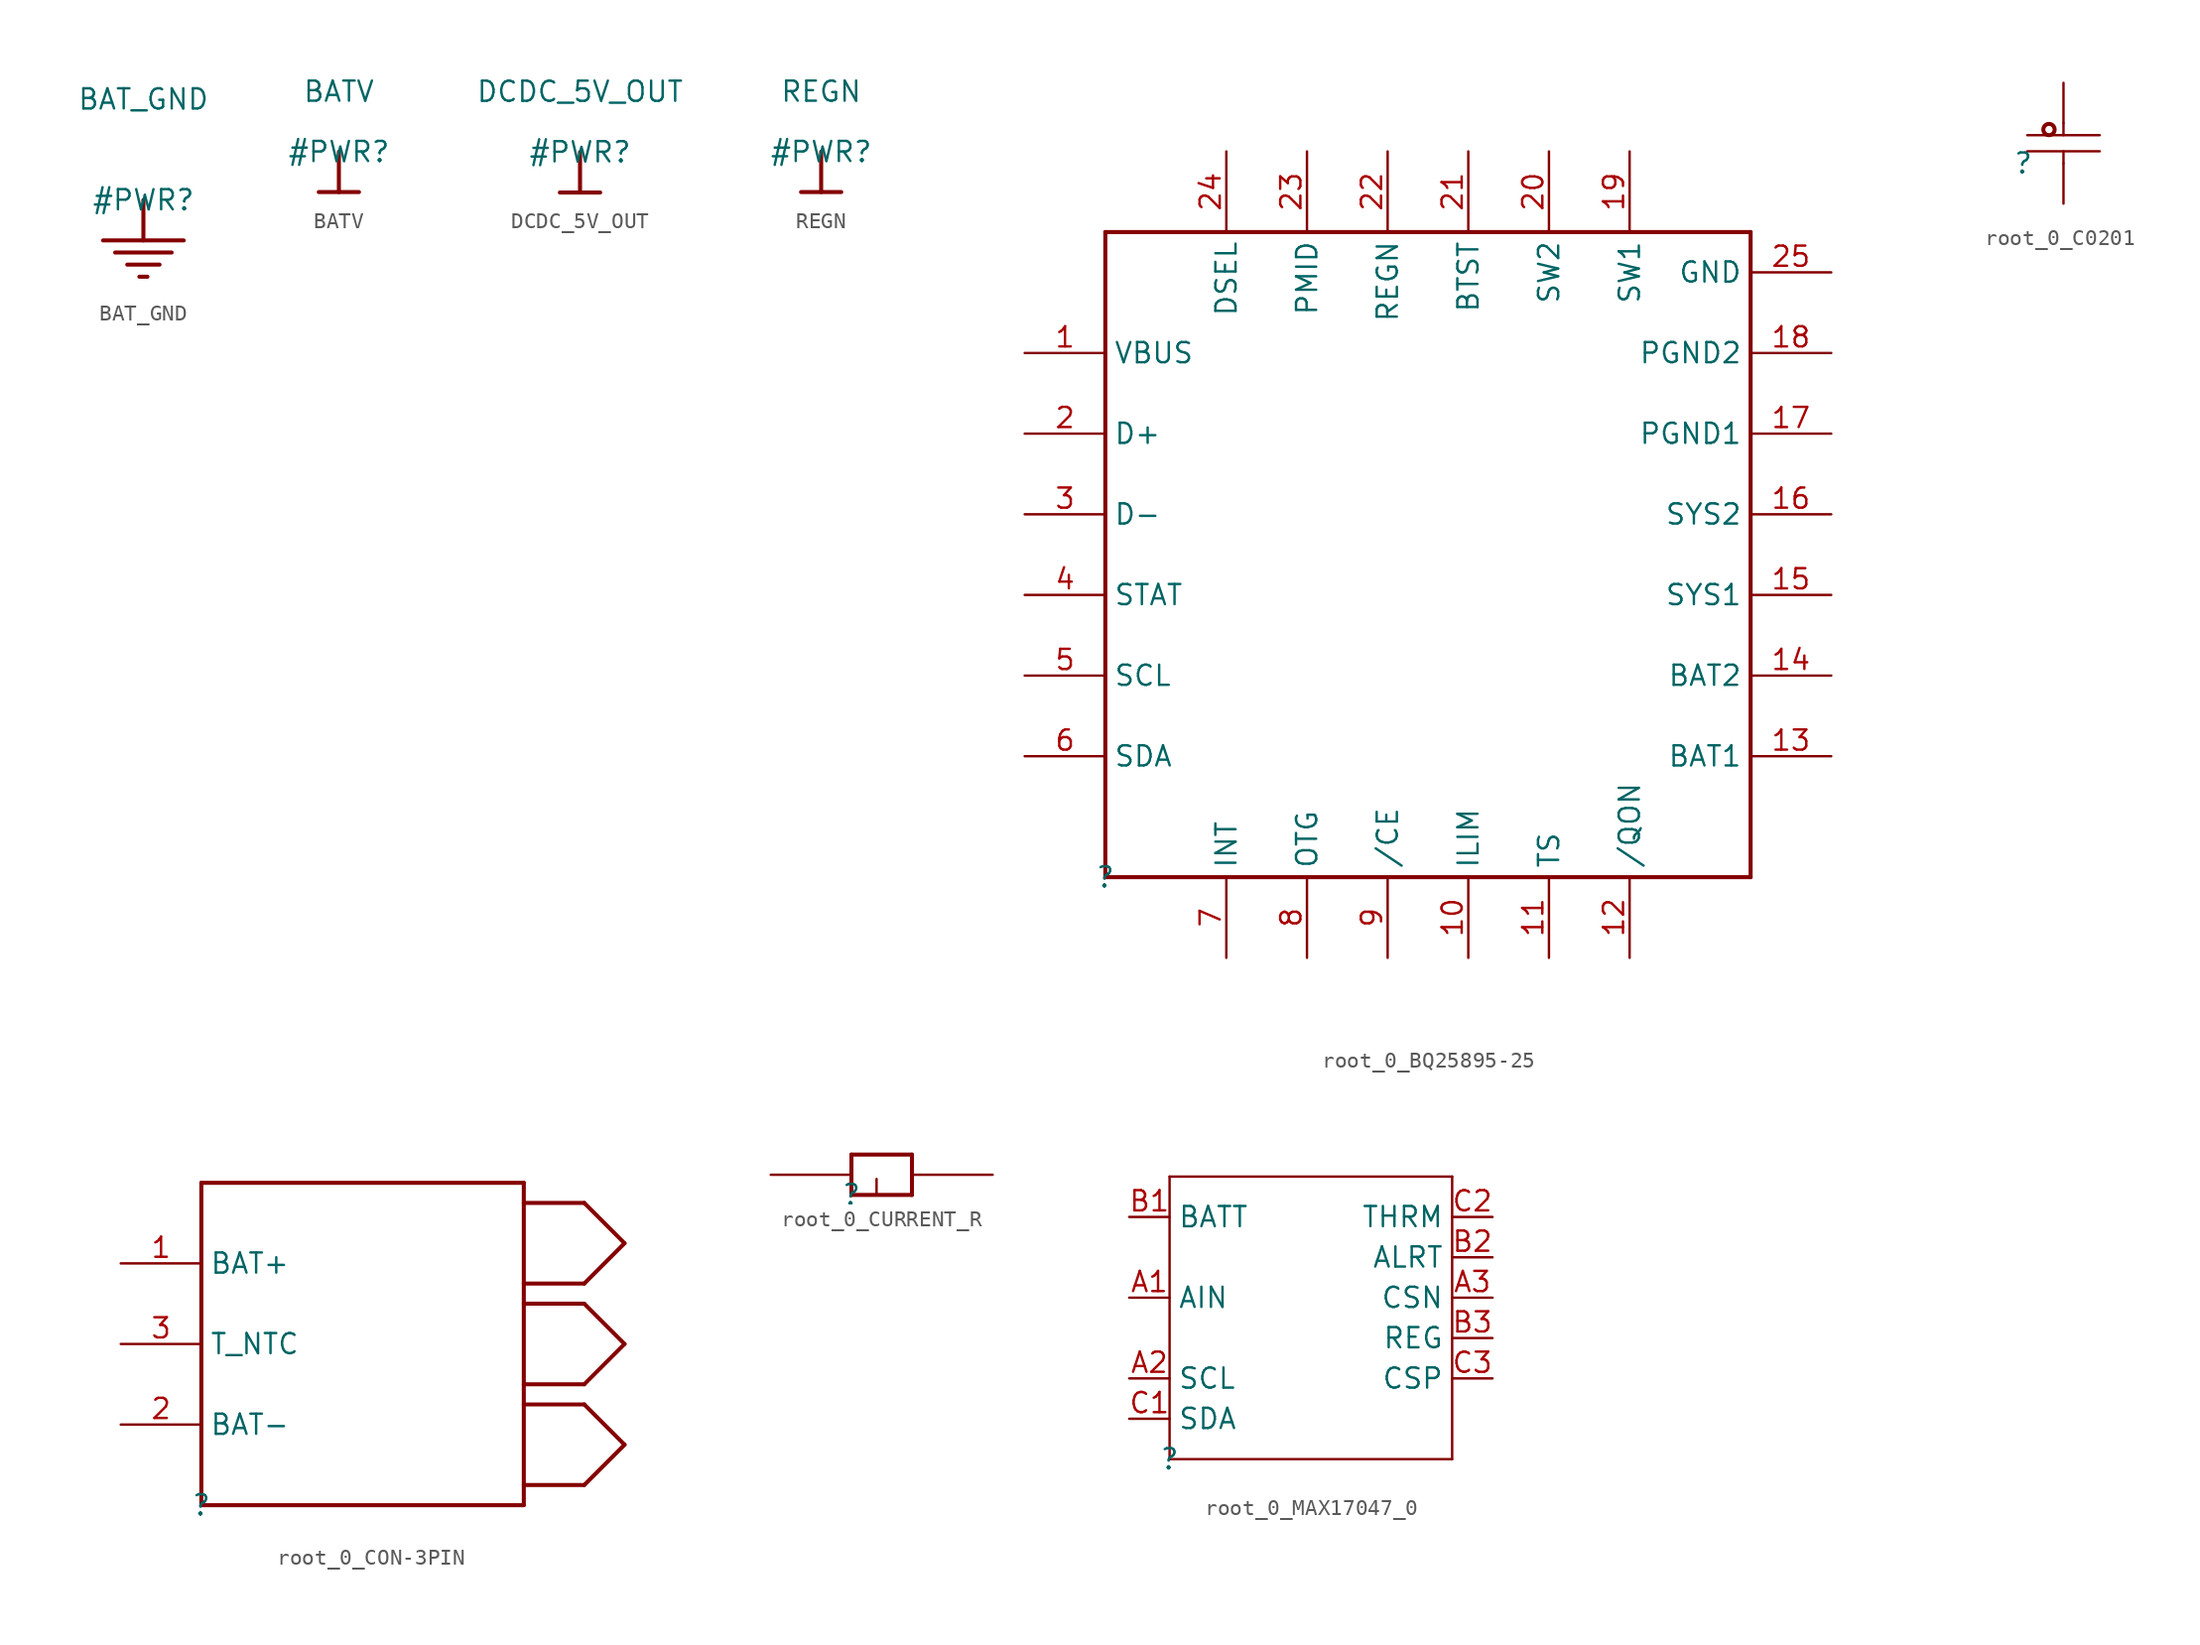
<source format=kicad_sym>
(kicad_symbol_lib
  (version 20220914)
  (generator kicad_symbol_editor)
  (symbol "BAT_GND"
    (power)
    (property "Reference" "#PWR"
      (at 0 0 0)
      (effects (font (size 1.27 1.27))))
    (property "Value" "BAT_GND"
      (at 0 6.35 0)
      (effects (font (size 1.27 1.27))))
    (symbol "BAT_GND_0_0"
      (polyline (pts (xy -2.54 -2.54) (xy 2.54 -2.54)) (stroke (width 0.254) (type solid)) (fill (type none)))
      (polyline (pts (xy -1.778 -3.302) (xy 1.778 -3.302)) (stroke (width 0.254) (type solid)) (fill (type none)))
      (polyline (pts (xy -1.016 -4.064) (xy 1.016 -4.064)) (stroke (width 0.254) (type solid)) (fill (type none)))
      (polyline (pts (xy -0.254 -4.826) (xy 0.254 -4.826)) (stroke (width 0.254) (type solid)) (fill (type none)))
      (polyline (pts (xy 0 0) (xy 0 -2.54)) (stroke (width 0.254) (type solid)) (fill (type none)))
      (pin power_in line (at 0 0 0) (length 0) hide (name "BAT_GND" (effects (font (size 1.27 1.27)))) (number "" (effects (font (size 1.27 1.27)))))))
  (symbol "BATV"
    (power)
    (property "Reference" "#PWR"
      (at 0 0 0)
      (effects (font (size 1.27 1.27))))
    (property "Value" "BATV"
      (at 0 3.81 0)
      (effects (font (size 1.27 1.27))))
    (symbol "BATV_0_0"
      (polyline (pts (xy -1.27 -2.54) (xy 1.27 -2.54)) (stroke (width 0.254) (type solid)) (fill (type none)))
      (polyline (pts (xy 0 0) (xy 0 -2.54)) (stroke (width 0.254) (type solid)) (fill (type none)))
      (pin power_in line (at 0 0 0) (length 0) hide (name "BATV" (effects (font (size 1.27 1.27)))) (number "" (effects (font (size 1.27 1.27)))))))
  (symbol "DCDC_5V_OUT"
    (power)
    (property "Reference" "#PWR"
      (at 0 0 0)
      (effects (font (size 1.27 1.27))))
    (property "Value" "DCDC_5V_OUT"
      (at 0 3.81 0)
      (effects (font (size 1.27 1.27))))
    (symbol "DCDC_5V_OUT_0_0"
      (polyline (pts (xy -1.27 -2.54) (xy 1.27 -2.54)) (stroke (width 0.254) (type solid)) (fill (type none)))
      (polyline (pts (xy 0 0) (xy 0 -2.54)) (stroke (width 0.254) (type solid)) (fill (type none)))
      (pin power_in line (at 0 0 0) (length 0) hide (name "DCDC_5V_OUT" (effects (font (size 1.27 1.27)))) (number "" (effects (font (size 1.27 1.27)))))))
  (symbol "REGN"
    (power)
    (property "Reference" "#PWR"
      (at 0 0 0)
      (effects (font (size 1.27 1.27))))
    (property "Value" "REGN"
      (at 0 3.81 0)
      (effects (font (size 1.27 1.27))))
    (symbol "REGN_0_0"
      (polyline (pts (xy -1.27 -2.54) (xy 1.27 -2.54)) (stroke (width 0.254) (type solid)) (fill (type none)))
      (polyline (pts (xy 0 0) (xy 0 -2.54)) (stroke (width 0.254) (type solid)) (fill (type none)))
      (pin power_in line (at 0 0 0) (length 0) hide (name "REGN" (effects (font (size 1.27 1.27)))) (number "" (effects (font (size 1.27 1.27)))))))
  (symbol "root_0_BQ25895-25"
    (property "Reference" ""
      (at 0 0 0)
      (effects (font (size 1.27 1.27))))
    (property "Value" ""
      (at 0 0 0)
      (effects (font (size 1.27 1.27))))
    (symbol "root_0_BQ25895-25_1_0"
      (polyline (pts (xy 0 0) (xy 0 40.64)) (stroke (width 0.254) (type solid)) (fill (type none)))
      (polyline (pts (xy 0 40.64) (xy 40.64 40.64)) (stroke (width 0.254) (type solid)) (fill (type none)))
      (polyline (pts (xy 40.64 0) (xy 0 0)) (stroke (width 0.254) (type solid)) (fill (type none)))
      (polyline (pts (xy 40.64 40.64) (xy 40.64 0)) (stroke (width 0.254) (type solid)) (fill (type none)))
      (pin passive line (at -5.08 33.02 0) (length 5.08) (name "VBUS" (effects (font (size 1.27 1.27)))) (number "1" (effects (font (size 1.27 1.27)))))
      (pin passive line (at 22.86 -5.08 90) (length 5.08) (name "ILIM" (effects (font (size 1.27 1.27)))) (number "10" (effects (font (size 1.27 1.27)))))
      (pin passive line (at 27.94 -5.08 90) (length 5.08) (name "TS" (effects (font (size 1.27 1.27)))) (number "11" (effects (font (size 1.27 1.27)))))
      (pin passive line (at 33.02 -5.08 90) (length 5.08) (name "/QON" (effects (font (size 1.27 1.27)))) (number "12" (effects (font (size 1.27 1.27)))))
      (pin passive line (at 45.72 7.62 180) (length 5.08) (name "BAT1" (effects (font (size 1.27 1.27)))) (number "13" (effects (font (size 1.27 1.27)))))
      (pin passive line (at 45.72 12.7 180) (length 5.08) (name "BAT2" (effects (font (size 1.27 1.27)))) (number "14" (effects (font (size 1.27 1.27)))))
      (pin passive line (at 45.72 17.78 180) (length 5.08) (name "SYS1" (effects (font (size 1.27 1.27)))) (number "15" (effects (font (size 1.27 1.27)))))
      (pin passive line (at 45.72 22.86 180) (length 5.08) (name "SYS2" (effects (font (size 1.27 1.27)))) (number "16" (effects (font (size 1.27 1.27)))))
      (pin passive line (at 45.72 27.94 180) (length 5.08) (name "PGND1" (effects (font (size 1.27 1.27)))) (number "17" (effects (font (size 1.27 1.27)))))
      (pin passive line (at 45.72 33.02 180) (length 5.08) (name "PGND2" (effects (font (size 1.27 1.27)))) (number "18" (effects (font (size 1.27 1.27)))))
      (pin passive line (at 33.02 45.72 270) (length 5.08) (name "SW1" (effects (font (size 1.27 1.27)))) (number "19" (effects (font (size 1.27 1.27)))))
      (pin passive line (at -5.08 27.94 0) (length 5.08) (name "D+" (effects (font (size 1.27 1.27)))) (number "2" (effects (font (size 1.27 1.27)))))
      (pin passive line (at 27.94 45.72 270) (length 5.08) (name "SW2" (effects (font (size 1.27 1.27)))) (number "20" (effects (font (size 1.27 1.27)))))
      (pin passive line (at 22.86 45.72 270) (length 5.08) (name "BTST" (effects (font (size 1.27 1.27)))) (number "21" (effects (font (size 1.27 1.27)))))
      (pin passive line (at 17.78 45.72 270) (length 5.08) (name "REGN" (effects (font (size 1.27 1.27)))) (number "22" (effects (font (size 1.27 1.27)))))
      (pin passive line (at 12.7 45.72 270) (length 5.08) (name "PMID" (effects (font (size 1.27 1.27)))) (number "23" (effects (font (size 1.27 1.27)))))
      (pin passive line (at 7.62 45.72 270) (length 5.08) (name "DSEL" (effects (font (size 1.27 1.27)))) (number "24" (effects (font (size 1.27 1.27)))))
      (pin passive line (at 45.72 38.1 180) (length 5.08) (name "GND" (effects (font (size 1.27 1.27)))) (number "25" (effects (font (size 1.27 1.27)))))
      (pin passive line (at -5.08 22.86 0) (length 5.08) (name "D-" (effects (font (size 1.27 1.27)))) (number "3" (effects (font (size 1.27 1.27)))))
      (pin passive line (at -5.08 17.78 0) (length 5.08) (name "STAT" (effects (font (size 1.27 1.27)))) (number "4" (effects (font (size 1.27 1.27)))))
      (pin passive line (at -5.08 12.7 0) (length 5.08) (name "SCL" (effects (font (size 1.27 1.27)))) (number "5" (effects (font (size 1.27 1.27)))))
      (pin passive line (at -5.08 7.62 0) (length 5.08) (name "SDA" (effects (font (size 1.27 1.27)))) (number "6" (effects (font (size 1.27 1.27)))))
      (pin passive line (at 7.62 -5.08 90) (length 5.08) (name "INT" (effects (font (size 1.27 1.27)))) (number "7" (effects (font (size 1.27 1.27)))))
      (pin passive line (at 12.7 -5.08 90) (length 5.08) (name "OTG" (effects (font (size 1.27 1.27)))) (number "8" (effects (font (size 1.27 1.27)))))
      (pin passive line (at 17.78 -5.08 90) (length 5.08) (name "/CE" (effects (font (size 1.27 1.27)))) (number "9" (effects (font (size 1.27 1.27)))))))
  (symbol "root_0_C0201"
    (property "Reference" ""
      (at 0 0 0)
      (effects (font (size 1.27 1.27))))
    (property "Value" ""
      (at 0 0 0)
      (effects (font (size 1.27 1.27))))
    (symbol "root_0_C0201_1_0"
      (polyline (pts (xy 0.254 0.762) (xy 4.826 0.762)) (stroke (width 0) (type solid)) (fill (type none)))
      (polyline (pts (xy 0.254 1.778) (xy 4.826 1.778)) (stroke (width 0) (type solid)) (fill (type none)))
      (polyline (pts (xy 2.54 0) (xy 2.54 0.762)) (stroke (width 0) (type solid)) (fill (type none)))
      (polyline (pts (xy 2.54 2.54) (xy 2.54 1.778)) (stroke (width 0) (type solid)) (fill (type none)))
      (circle (center 1.626 2.134) (radius 0.356) (stroke (width 0.254) (type solid)) (fill (type none)))
      (pin passive line (at 2.54 5.08 270) (length 2.54) (name "1" (effects (font (size 0 0)))) (number "1" (effects (font (size 0 0)))))
      (pin passive line (at 2.54 -2.54 90) (length 2.54) (name "2" (effects (font (size 0 0)))) (number "2" (effects (font (size 0 0)))))))
  (symbol "root_0_CON-3PIN"
    (property "Reference" ""
      (at 0 0 0)
      (effects (font (size 1.27 1.27))))
    (property "Value" ""
      (at 0 0 0)
      (effects (font (size 1.27 1.27))))
    (symbol "root_0_CON-3PIN_1_0"
      (polyline (pts (xy 0 0) (xy 20.32 0)) (stroke (width 0.254) (type solid)) (fill (type none)))
      (polyline (pts (xy 0 20.32) (xy 0 0)) (stroke (width 0.254) (type solid)) (fill (type none)))
      (polyline (pts (xy 20.32 0) (xy 20.32 20.32)) (stroke (width 0.254) (type solid)) (fill (type none)))
      (polyline (pts (xy 20.32 6.35) (xy 24.13 6.35)) (stroke (width 0.254) (type solid)) (fill (type none)))
      (polyline (pts (xy 20.32 12.7) (xy 24.13 12.7)) (stroke (width 0.254) (type solid)) (fill (type none)))
      (polyline (pts (xy 20.32 19.05) (xy 24.13 19.05)) (stroke (width 0.254) (type solid)) (fill (type none)))
      (polyline (pts (xy 20.32 20.32) (xy 0 20.32)) (stroke (width 0.254) (type solid)) (fill (type none)))
      (polyline (pts (xy 24.13 1.27) (xy 20.32 1.27)) (stroke (width 0.254) (type solid)) (fill (type none)))
      (polyline (pts (xy 24.13 6.35) (xy 26.67 3.81)) (stroke (width 0.254) (type solid)) (fill (type none)))
      (polyline (pts (xy 24.13 7.62) (xy 20.32 7.62)) (stroke (width 0.254) (type solid)) (fill (type none)))
      (polyline (pts (xy 24.13 12.7) (xy 26.67 10.16)) (stroke (width 0.254) (type solid)) (fill (type none)))
      (polyline (pts (xy 24.13 13.97) (xy 20.32 13.97)) (stroke (width 0.254) (type solid)) (fill (type none)))
      (polyline (pts (xy 24.13 19.05) (xy 26.67 16.51)) (stroke (width 0.254) (type solid)) (fill (type none)))
      (polyline (pts (xy 26.67 3.81) (xy 24.13 1.27)) (stroke (width 0.254) (type solid)) (fill (type none)))
      (polyline (pts (xy 26.67 10.16) (xy 24.13 7.62)) (stroke (width 0.254) (type solid)) (fill (type none)))
      (polyline (pts (xy 26.67 16.51) (xy 24.13 13.97)) (stroke (width 0.254) (type solid)) (fill (type none)))
      (pin passive line (at -5.08 15.24 0) (length 5.08) (name "BAT+" (effects (font (size 1.27 1.27)))) (number "1" (effects (font (size 1.27 1.27)))))
      (pin passive line (at -5.08 5.08 0) (length 5.08) (name "BAT-" (effects (font (size 1.27 1.27)))) (number "2" (effects (font (size 1.27 1.27)))))
      (pin passive line (at -5.08 10.16 0) (length 5.08) (name "T_NTC" (effects (font (size 1.27 1.27)))) (number "3" (effects (font (size 1.27 1.27)))))))
  (symbol "root_0_CURRENT_R"
    (property "Reference" ""
      (at 0 0 0)
      (effects (font (size 1.27 1.27))))
    (property "Value" ""
      (at 0 0 0)
      (effects (font (size 1.27 1.27))))
    (symbol "root_0_CURRENT_R_1_0"
      (polyline (pts (xy 0 0) (xy 0 2.54)) (stroke (width 0.254) (type solid)) (fill (type none)))
      (polyline (pts (xy 0 2.54) (xy 3.81 2.54)) (stroke (width 0.254) (type solid)) (fill (type none)))
      (polyline (pts (xy 3.81 0) (xy 0 0)) (stroke (width 0.254) (type solid)) (fill (type none)))
      (polyline (pts (xy 3.81 2.54) (xy 3.81 0)) (stroke (width 0.254) (type solid)) (fill (type none)))
      (text "I" (at 1.27 0 0) (effects (font (size 0.889 0.889)) (justify left bottom)))
      (pin passive line (at -5.08 1.27 0) (length 5.08) (name "1" (effects (font (size 0 0)))) (number "1" (effects (font (size 0 0)))))
      (pin passive line (at 8.89 1.27 180) (length 5.08) (name "2" (effects (font (size 0 0)))) (number "2" (effects (font (size 0 0)))))))
  (symbol "root_0_MAX17047_0"
    (property "Reference" ""
      (at 0 0 0)
      (effects (font (size 1.27 1.27))))
    (property "Value" ""
      (at 0 0 0)
      (effects (font (size 1.27 1.27))))
    (symbol "root_0_MAX17047_0_1_0"
      (polyline (pts (xy 0 0) (xy 0 17.78)) (stroke (width 0) (type solid)) (fill (type none)))
      (polyline (pts (xy 0 17.78) (xy 17.78 17.78)) (stroke (width 0) (type solid)) (fill (type none)))
      (polyline (pts (xy 17.78 0) (xy 0 0)) (stroke (width 0) (type solid)) (fill (type none)))
      (polyline (pts (xy 17.78 17.78) (xy 17.78 0)) (stroke (width 0) (type solid)) (fill (type none)))
      (pin passive line (at -2.54 10.16 0) (length 2.54) (name "AIN" (effects (font (size 1.27 1.27)))) (number "A1" (effects (font (size 1.27 1.27)))))
      (pin passive line (at -2.54 5.08 0) (length 2.54) (name "SCL" (effects (font (size 1.27 1.27)))) (number "A2" (effects (font (size 1.27 1.27)))))
      (pin passive line (at 20.32 10.16 180) (length 2.54) (name "CSN" (effects (font (size 1.27 1.27)))) (number "A3" (effects (font (size 1.27 1.27)))))
      (pin passive line (at -2.54 15.24 0) (length 2.54) (name "BATT" (effects (font (size 1.27 1.27)))) (number "B1" (effects (font (size 1.27 1.27)))))
      (pin passive line (at 20.32 12.7 180) (length 2.54) (name "ALRT" (effects (font (size 1.27 1.27)))) (number "B2" (effects (font (size 1.27 1.27)))))
      (pin passive line (at 20.32 7.62 180) (length 2.54) (name "REG" (effects (font (size 1.27 1.27)))) (number "B3" (effects (font (size 1.27 1.27)))))
      (pin passive line (at -2.54 2.54 0) (length 2.54) (name "SDA" (effects (font (size 1.27 1.27)))) (number "C1" (effects (font (size 1.27 1.27)))))
      (pin passive line (at 20.32 15.24 180) (length 2.54) (name "THRM" (effects (font (size 1.27 1.27)))) (number "C2" (effects (font (size 1.27 1.27)))))
      (pin passive line (at 20.32 5.08 180) (length 2.54) (name "CSP" (effects (font (size 1.27 1.27)))) (number "C3" (effects (font (size 1.27 1.27))))))))
</source>
